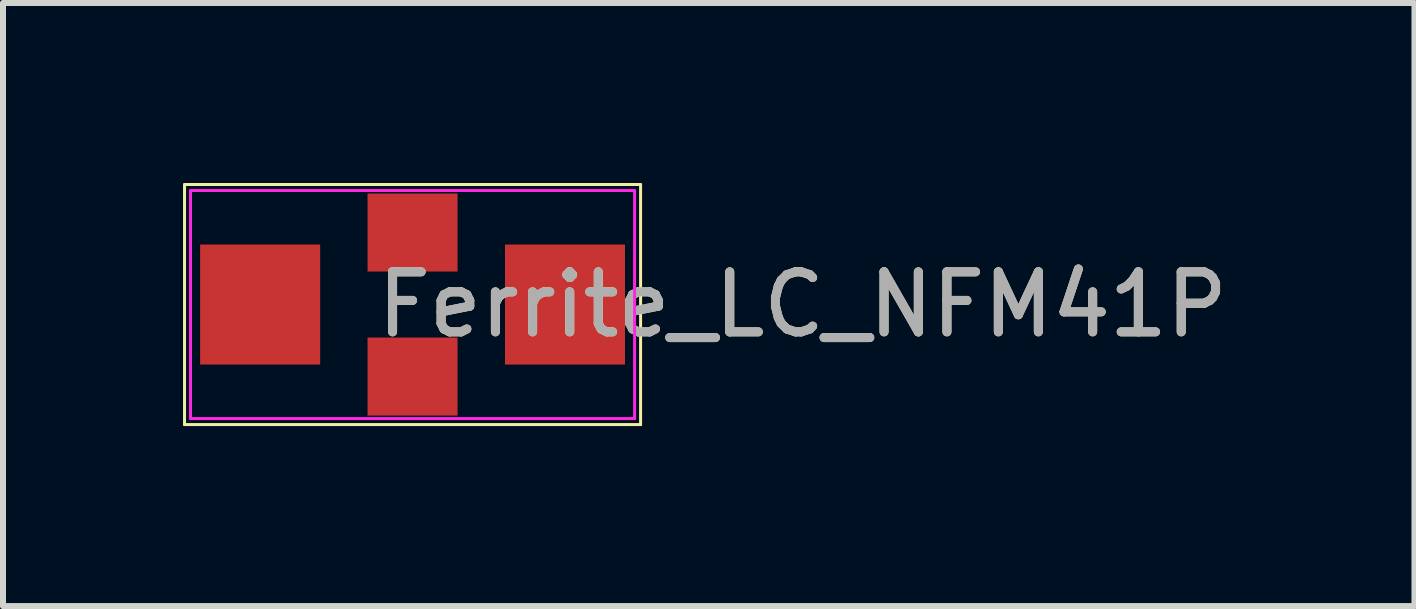
<source format=kicad_pcb>
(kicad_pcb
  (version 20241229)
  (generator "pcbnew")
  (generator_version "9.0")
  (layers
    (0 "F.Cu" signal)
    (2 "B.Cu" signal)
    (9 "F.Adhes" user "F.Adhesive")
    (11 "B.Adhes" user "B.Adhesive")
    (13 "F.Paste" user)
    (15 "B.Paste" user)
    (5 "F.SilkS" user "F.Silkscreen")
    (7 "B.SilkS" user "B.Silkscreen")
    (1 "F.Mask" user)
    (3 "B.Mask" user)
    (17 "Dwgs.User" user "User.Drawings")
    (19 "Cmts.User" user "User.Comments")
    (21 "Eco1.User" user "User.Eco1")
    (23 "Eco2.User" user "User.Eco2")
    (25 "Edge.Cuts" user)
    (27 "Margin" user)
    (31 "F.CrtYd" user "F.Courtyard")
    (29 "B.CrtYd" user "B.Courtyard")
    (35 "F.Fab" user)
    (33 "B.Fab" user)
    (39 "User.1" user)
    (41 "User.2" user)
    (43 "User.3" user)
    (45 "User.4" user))
  (footprint "Ferrite_LC_NFM41P"
    (layer "F.Cu")
    (at 3.825 2.025)
    (property "Reference" "Ferrite_LC_NFM41P" (at 6.5 0 0) (layer "F.SilkS") (effects (font (size 1 1) (thickness 0.15))))
    (attr smd)
    (fp_line (start -3.8 -2) (end 3.8 -2) (stroke (width 0.05) (type solid)) (layer "F.SilkS"))
    (fp_line (start -3.8 2) (end -3.8 -2) (stroke (width 0.05) (type solid)) (layer "F.SilkS"))
    (fp_line (start 3.8 -2) (end 3.8 2) (stroke (width 0.05) (type solid)) (layer "F.SilkS"))
    (fp_line (start 3.8 2) (end -3.8 2) (stroke (width 0.05) (type solid)) (layer "F.SilkS"))
    (fp_line (start -2.25 -0.8) (end -2.25 0.8) (stroke (width 0.15) (type solid)) (layer "Eco2.User"))
    (fp_line (start -1.75 -0.8) (end -1.75 0.8) (stroke (width 0.15) (type solid)) (layer "Eco2.User"))
    (fp_line (start -1.73 -1.88) (end 1.73 -1.88) (stroke (width 0.12) (type solid)) (layer "Eco2.User"))
    (fp_line (start -1.73 1.88) (end 1.73 1.88) (stroke (width 0.12) (type solid)) (layer "Eco2.User"))
    (fp_line (start 1.75 0.8) (end 1.75 -0.8) (stroke (width 0.15) (type solid)) (layer "Eco2.User"))
    (fp_line (start 2.25 -0.8) (end -2.25 -0.8) (stroke (width 0.15) (type solid)) (layer "Eco2.User"))
    (fp_line (start 2.25 0.8) (end -2.25 0.8) (stroke (width 0.15) (type solid)) (layer "Eco2.User"))
    (fp_line (start 2.25 0.8) (end 2.25 -0.8) (stroke (width 0.15) (type solid)) (layer "Eco2.User"))
    (fp_line (start -3.7 -1.9) (end 3.7 -1.9) (stroke (width 0.05) (type solid)) (layer "F.CrtYd"))
    (fp_line (start -3.7 1.9) (end -3.7 -1.9) (stroke (width 0.05) (type solid)) (layer "F.CrtYd"))
    (fp_line (start 3.7 -1.9) (end 3.7 1.9) (stroke (width 0.05) (type solid)) (layer "F.CrtYd"))
    (fp_line (start 3.7 1.9) (end -3.7 1.9) (stroke (width 0.05) (type solid)) (layer "F.CrtYd"))
    (fp_text user "${REFERENCE}" (at 6.5 0 0) (layer "F.Fab") (effects (font (size 1 1) (thickness 0.15))))
    (pad "1" smd rect (at -2.54 0) (size 2 2) (layers "F.Cu" "F.Mask" "F.Paste"))
    (pad "2" smd rect (at 0 -1.2) (size 1.5 1.3) (layers "F.Cu" "F.Mask" "F.Paste"))
    (pad "2" smd rect (at 0 1.2) (size 1.5 1.3) (layers "F.Cu" "F.Mask" "F.Paste"))
    (pad "3" smd rect (at 2.54 0) (size 2 2) (layers "F.Cu" "F.Mask" "F.Paste")))
  (gr_rect
    (start -3 -3)
    (end 20.521 7.05)
    (stroke (width 0.1) (type default))
    (fill no)
    (layer "Edge.Cuts")))
</source>
